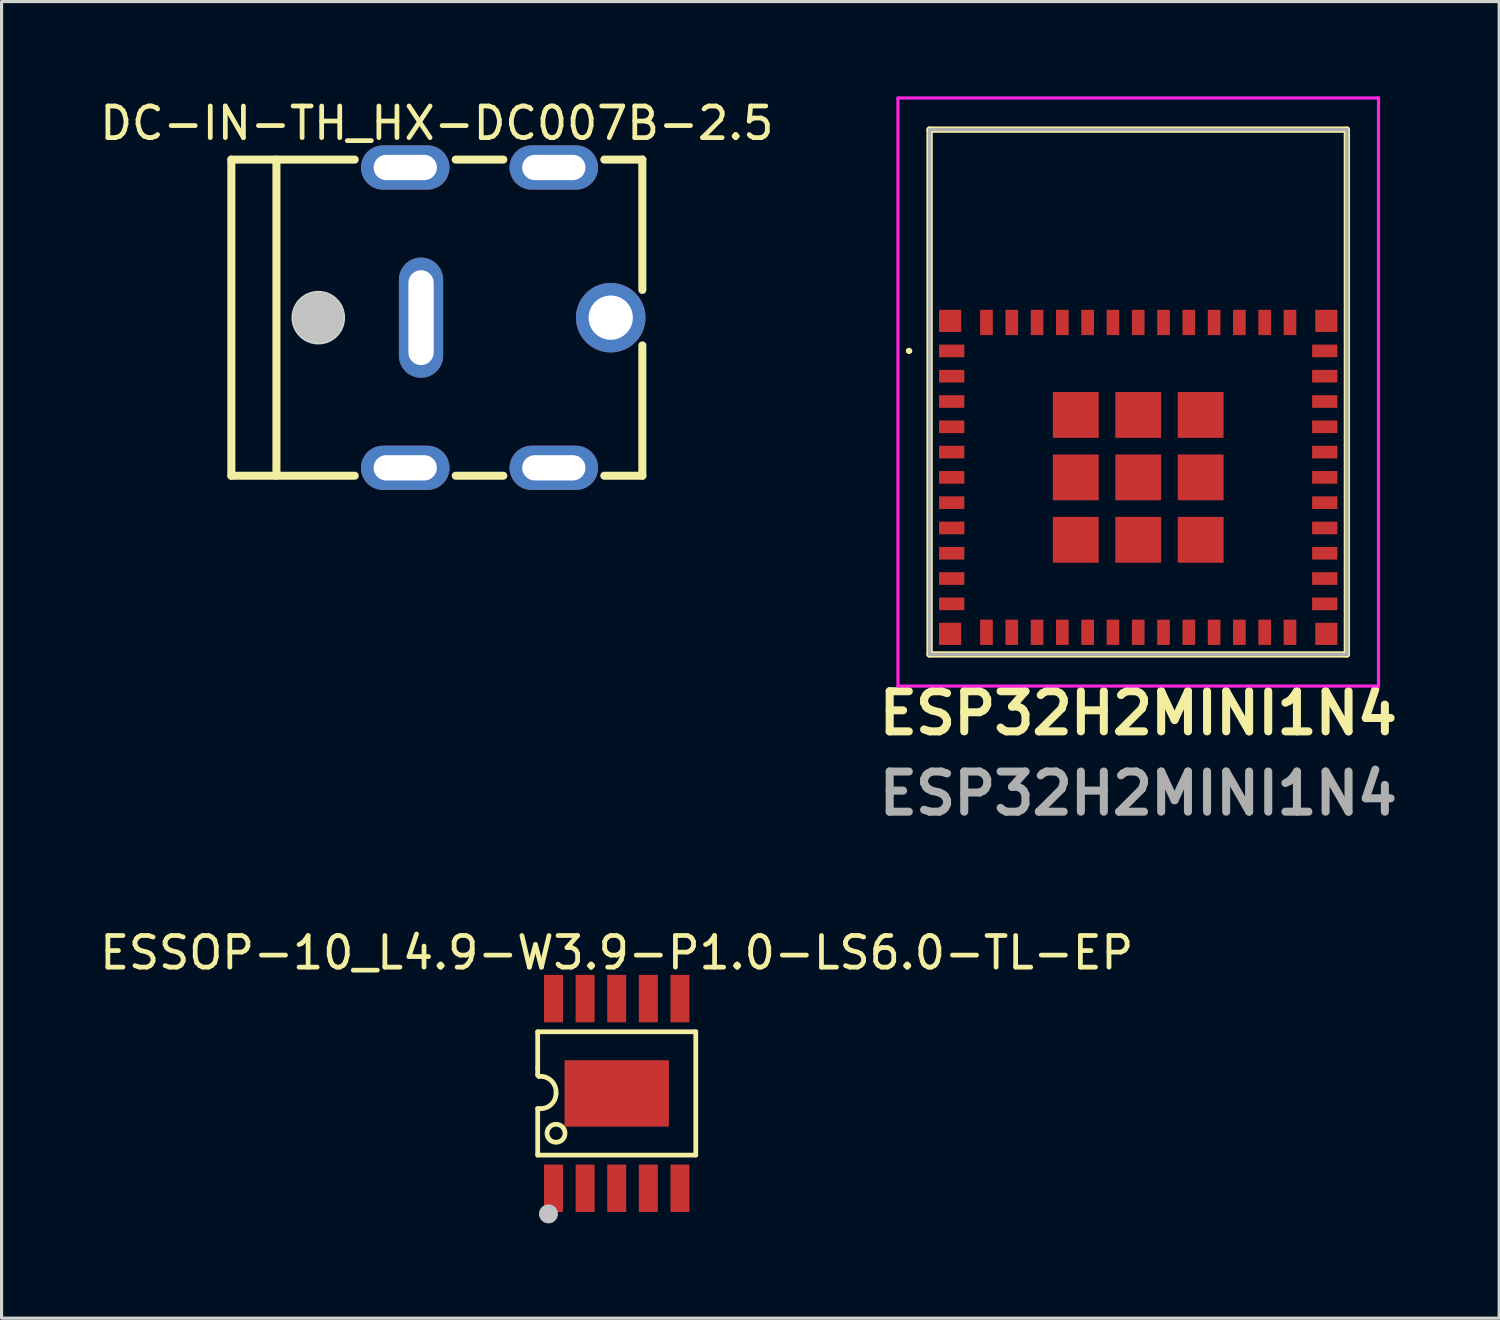
<source format=kicad_pcb>
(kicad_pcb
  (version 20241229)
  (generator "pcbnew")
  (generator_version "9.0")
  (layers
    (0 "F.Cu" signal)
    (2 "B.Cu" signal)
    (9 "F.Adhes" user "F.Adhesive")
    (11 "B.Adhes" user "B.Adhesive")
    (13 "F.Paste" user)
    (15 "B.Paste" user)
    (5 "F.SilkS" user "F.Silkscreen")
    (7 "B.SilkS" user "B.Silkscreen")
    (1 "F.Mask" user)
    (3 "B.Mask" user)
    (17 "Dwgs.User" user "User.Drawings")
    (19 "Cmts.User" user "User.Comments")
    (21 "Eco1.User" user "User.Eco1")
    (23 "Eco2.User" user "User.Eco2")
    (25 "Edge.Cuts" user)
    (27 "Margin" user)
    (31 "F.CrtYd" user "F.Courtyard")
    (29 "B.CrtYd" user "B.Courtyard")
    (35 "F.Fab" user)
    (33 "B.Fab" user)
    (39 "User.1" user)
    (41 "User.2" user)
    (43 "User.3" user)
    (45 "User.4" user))
  (footprint "DC-IN-TH_HX-DC007B-2.5"
    (layer "F.Cu")
    (at 13.018 6.998)
    (property "Reference" "DC-IN-TH_HX-DC007B-2.5" (at -2.25 -6.15 0) (layer "F.SilkS") (effects (font (size 1 1) (thickness 0.15))))
    (fp_line (start -8.75 -5) (end -8.75 5) (stroke (width 0.254) (type default)) (layer "F.SilkS"))
    (fp_line (start -8.75 -5) (end -4.847 -5) (stroke (width 0.254) (type default)) (layer "F.SilkS"))
    (fp_line (start -8.75 5) (end -4.847 5) (stroke (width 0.254) (type default)) (layer "F.SilkS"))
    (fp_line (start -7.324 -5) (end -7.324 5) (stroke (width 0.254) (type default)) (layer "F.SilkS"))
    (fp_line (start -1.653 -5) (end -0.147 -5) (stroke (width 0.254) (type default)) (layer "F.SilkS"))
    (fp_line (start -1.653 5) (end -0.147 5) (stroke (width 0.254) (type default)) (layer "F.SilkS"))
    (fp_line (start 3.047 -5) (end 4.25 -5) (stroke (width 0.254) (type default)) (layer "F.SilkS"))
    (fp_line (start 3.047 5) (end 4.25 5) (stroke (width 0.254) (type default)) (layer "F.SilkS"))
    (fp_line (start 4.25 -0.877) (end 4.25 -5) (stroke (width 0.254) (type default)) (layer "F.SilkS"))
    (fp_line (start 4.25 5) (end 4.25 0.877) (stroke (width 0.254) (type default)) (layer "F.SilkS"))
    (fp_circle (center -6 0) (end -5.6 0) (stroke (width 0.8) (type default)) (fill no) (layer "Dwgs.User"))
    (fp_poly (pts (xy -5.154 -0.083) (xy -5.187 -0.247) (xy -5.25 -0.401) (xy -5.343 -0.539) (xy -5.461 -0.657) (xy -5.599 -0.75) (xy -5.753 -0.813) (xy -5.917 -0.846) (xy -6.083 -0.846) (xy -6.247 -0.813) (xy -6.401 -0.75) (xy -6.539 -0.657) (xy -6.657 -0.539) (xy -6.75 -0.401) (xy -6.813 -0.247) (xy -6.846 -0.083) (xy -6.846 0.083) (xy -6.813 0.247) (xy -6.75 0.401) (xy -6.657 0.539) (xy -6.539 0.657) (xy -6.401 0.75) (xy -6.247 0.813) (xy -6.083 0.846) (xy -5.917 0.846) (xy -5.753 0.813) (xy -5.599 0.75) (xy -5.461 0.657) (xy -5.343 0.539) (xy -5.25 0.401) (xy -5.187 0.247) (xy -5.154 0.083)) (stroke (width 0) (type default)) (fill yes) (layer "Edge.Cuts"))
    (fp_poly (pts (xy -4.05 -4.6) (xy -4.05 -4.9) (xy -2.45 -4.9) (xy -2.45 -4.6)) (stroke (width 0.1) (type default)) (fill no) (layer "User.1"))
    (fp_poly (pts (xy -4.05 4.9) (xy -4.05 4.6) (xy -2.45 4.6) (xy -2.45 4.9)) (stroke (width 0.1) (type default)) (fill no) (layer "User.1"))
    (fp_poly (pts (xy -2.65 0.8) (xy -2.85 0.8) (xy -2.85 -0.8) (xy -2.65 -0.8)) (stroke (width 0.1) (type default)) (fill no) (layer "User.1"))
    (fp_poly (pts (xy 0.65 -4.6) (xy 0.65 -4.9) (xy 2.25 -4.9) (xy 2.25 -4.6)) (stroke (width 0.1) (type default)) (fill no) (layer "User.1"))
    (fp_poly (pts (xy 0.65 4.9) (xy 0.65 4.6) (xy 2.25 4.6) (xy 2.25 4.9)) (stroke (width 0.1) (type default)) (fill no) (layer "User.1"))
    (fp_poly (pts (xy 3.845 -0.078) (xy 3.804 -0.23) (xy 3.726 -0.365) (xy 3.615 -0.476) (xy 3.48 -0.554) (xy 3.328 -0.595) (xy 3.172 -0.595) (xy 3.02 -0.554) (xy 2.885 -0.476) (xy 2.774 -0.365) (xy 2.696 -0.23) (xy 2.655 -0.078) (xy 2.655 0.078) (xy 2.696 0.23) (xy 2.774 0.365) (xy 2.885 0.476) (xy 3.02 0.554) (xy 3.172 0.595) (xy 3.328 0.595) (xy 3.48 0.554) (xy 3.615 0.476) (xy 3.726 0.365) (xy 3.804 0.23) (xy 3.845 0.078)) (stroke (width 0.1) (type default)) (fill no) (layer "User.1"))
    (fp_line (start -8.75 -5) (end 4.25 -5) (stroke (width 0.051) (type default)) (layer "User.2"))
    (fp_line (start -8.75 5) (end -8.75 -5) (stroke (width 0.051) (type default)) (layer "User.2"))
    (fp_line (start 4.25 -5) (end 4.25 5) (stroke (width 0.051) (type default)) (layer "User.2"))
    (fp_line (start 4.25 5) (end -8.75 5) (stroke (width 0.051) (type default)) (layer "User.2"))
    (fp_poly (pts (xy 4.305 4.977) (xy 4.273 4.945) (xy 4.227 4.945) (xy 4.195 4.977) (xy 4.195 5.023) (xy 4.227 5.055) (xy 4.273 5.055) (xy 4.305 5.023)) (stroke (width 0.1) (type default)) (fill no) (layer "User.3"))
    (pad "1" thru_hole circle (at 3.25 0 90) (size 2.2 2.2) (drill 1.4) (layers "*.Cu" "*.Mask"))
    (pad "2" thru_hole oval (at -2.75 0 180) (size 1.4 3.8) (drill oval 0.8 3) (layers "*.Cu" "*.Mask"))
    (pad "3" thru_hole oval (at -3.25 -4.75 270) (size 1.4 2.8) (drill oval 0.8 2) (layers "*.Cu" "*.Mask"))
    (pad "3" thru_hole oval (at -3.25 4.75 270) (size 1.4 2.8) (drill oval 0.8 2) (layers "*.Cu" "*.Mask"))
    (pad "3" thru_hole oval (at 1.45 -4.75 270) (size 1.4 2.8) (drill oval 0.8 2) (layers "*.Cu" "*.Mask"))
    (pad "3" thru_hole oval (at 1.45 4.75 270) (size 1.4 2.8) (drill oval 0.8 2) (layers "*.Cu" "*.Mask")))
  (footprint "ESP32H2MINI1N4"
    (layer "F.Cu")
    (at 32.954 9.35)
    (property "Reference" "ESP32H2MINI1N4" (at 0 10.16 0) (layer "F.SilkS") (effects (font (size 1.27 1.27) (thickness 0.254))))
    (attr smd)
    (fp_line (start -7.3 -1.3) (end -7.3 -1.3) (stroke (width 0.1) (type solid)) (layer "F.SilkS"))
    (fp_line (start -7.2 -1.3) (end -7.2 -1.3) (stroke (width 0.1) (type solid)) (layer "F.SilkS"))
    (fp_line (start -6.6 -8.3) (end 6.6 -8.3) (stroke (width 0.2) (type solid)) (layer "F.SilkS"))
    (fp_line (start -6.6 8.3) (end -6.6 -8.3) (stroke (width 0.2) (type solid)) (layer "F.SilkS"))
    (fp_line (start 6.6 -8.3) (end 6.6 8.3) (stroke (width 0.2) (type solid)) (layer "F.SilkS"))
    (fp_line (start 6.6 8.3) (end -6.6 8.3) (stroke (width 0.2) (type solid)) (layer "F.SilkS"))
    (fp_arc (start -7.3 -1.3) (mid -7.25 -1.35) (end -7.2 -1.3) (stroke (width 0.1) (type solid)) (layer "F.SilkS"))
    (fp_arc (start -7.2 -1.3) (mid -7.25 -1.25) (end -7.3 -1.3) (stroke (width 0.1) (type solid)) (layer "F.SilkS"))
    (fp_line (start -7.6 -9.3) (end 7.6 -9.3) (stroke (width 0.1) (type solid)) (layer "F.CrtYd"))
    (fp_line (start -7.6 9.3) (end -7.6 -9.3) (stroke (width 0.1) (type solid)) (layer "F.CrtYd"))
    (fp_line (start 7.6 -9.3) (end 7.6 9.3) (stroke (width 0.1) (type solid)) (layer "F.CrtYd"))
    (fp_line (start 7.6 9.3) (end -7.6 9.3) (stroke (width 0.1) (type solid)) (layer "F.CrtYd"))
    (fp_line (start -6.6 -8.3) (end 6.6 -8.3) (stroke (width 0.1) (type solid)) (layer "F.Fab"))
    (fp_line (start -6.6 8.3) (end -6.6 -8.3) (stroke (width 0.1) (type solid)) (layer "F.Fab"))
    (fp_line (start 6.6 -8.3) (end 6.6 8.3) (stroke (width 0.1) (type solid)) (layer "F.Fab"))
    (fp_line (start 6.6 8.3) (end -6.6 8.3) (stroke (width 0.1) (type solid)) (layer "F.Fab"))
    (fp_text user "${REFERENCE}" (at 0 12.7 0) (layer "F.Fab") (effects (font (size 1.27 1.27) (thickness 0.254))))
    (pad "1" smd rect (at -5.9 -1.3 90) (size 0.4 0.8) (layers "F.Cu" "F.Mask" "F.Paste"))
    (pad "2" smd rect (at -5.9 -0.5 90) (size 0.4 0.8) (layers "F.Cu" "F.Mask" "F.Paste"))
    (pad "3" smd rect (at -5.9 0.3 90) (size 0.4 0.8) (layers "F.Cu" "F.Mask" "F.Paste"))
    (pad "4" smd rect (at -5.9 1.1 90) (size 0.4 0.8) (layers "F.Cu" "F.Mask" "F.Paste"))
    (pad "5" smd rect (at -5.9 1.9 90) (size 0.4 0.8) (layers "F.Cu" "F.Mask" "F.Paste"))
    (pad "6" smd rect (at -5.9 2.7 90) (size 0.4 0.8) (layers "F.Cu" "F.Mask" "F.Paste"))
    (pad "7" smd rect (at -5.9 3.5 90) (size 0.4 0.8) (layers "F.Cu" "F.Mask" "F.Paste"))
    (pad "8" smd rect (at -5.9 4.3 90) (size 0.4 0.8) (layers "F.Cu" "F.Mask" "F.Paste"))
    (pad "9" smd rect (at -5.9 5.1 90) (size 0.4 0.8) (layers "F.Cu" "F.Mask" "F.Paste"))
    (pad "10" smd rect (at -5.9 5.9 90) (size 0.4 0.8) (layers "F.Cu" "F.Mask" "F.Paste"))
    (pad "11" smd rect (at -5.9 6.7 90) (size 0.4 0.8) (layers "F.Cu" "F.Mask" "F.Paste"))
    (pad "12" smd rect (at -4.8 7.6) (size 0.4 0.8) (layers "F.Cu" "F.Mask" "F.Paste"))
    (pad "13" smd rect (at -4 7.6) (size 0.4 0.8) (layers "F.Cu" "F.Mask" "F.Paste"))
    (pad "14" smd rect (at -3.2 7.6) (size 0.4 0.8) (layers "F.Cu" "F.Mask" "F.Paste"))
    (pad "15" smd rect (at -2.4 7.6) (size 0.4 0.8) (layers "F.Cu" "F.Mask" "F.Paste"))
    (pad "16" smd rect (at -1.6 7.6) (size 0.4 0.8) (layers "F.Cu" "F.Mask" "F.Paste"))
    (pad "17" smd rect (at -0.8 7.6) (size 0.4 0.8) (layers "F.Cu" "F.Mask" "F.Paste"))
    (pad "18" smd rect (at 0 7.6) (size 0.4 0.8) (layers "F.Cu" "F.Mask" "F.Paste"))
    (pad "19" smd rect (at 0.8 7.6) (size 0.4 0.8) (layers "F.Cu" "F.Mask" "F.Paste"))
    (pad "20" smd rect (at 1.6 7.6) (size 0.4 0.8) (layers "F.Cu" "F.Mask" "F.Paste"))
    (pad "21" smd rect (at 2.4 7.6) (size 0.4 0.8) (layers "F.Cu" "F.Mask" "F.Paste"))
    (pad "22" smd rect (at 3.2 7.6) (size 0.4 0.8) (layers "F.Cu" "F.Mask" "F.Paste"))
    (pad "23" smd rect (at 4 7.6) (size 0.4 0.8) (layers "F.Cu" "F.Mask" "F.Paste"))
    (pad "24" smd rect (at 4.8 7.6) (size 0.4 0.8) (layers "F.Cu" "F.Mask" "F.Paste"))
    (pad "25" smd rect (at 5.9 6.7 90) (size 0.4 0.8) (layers "F.Cu" "F.Mask" "F.Paste"))
    (pad "26" smd rect (at 5.9 5.9 90) (size 0.4 0.8) (layers "F.Cu" "F.Mask" "F.Paste"))
    (pad "27" smd rect (at 5.9 5.1 90) (size 0.4 0.8) (layers "F.Cu" "F.Mask" "F.Paste"))
    (pad "28" smd rect (at 5.9 4.3 90) (size 0.4 0.8) (layers "F.Cu" "F.Mask" "F.Paste"))
    (pad "29" smd rect (at 5.9 3.5 90) (size 0.4 0.8) (layers "F.Cu" "F.Mask" "F.Paste"))
    (pad "30" smd rect (at 5.9 2.7 90) (size 0.4 0.8) (layers "F.Cu" "F.Mask" "F.Paste"))
    (pad "31" smd rect (at 5.9 1.9 90) (size 0.4 0.8) (layers "F.Cu" "F.Mask" "F.Paste"))
    (pad "32" smd rect (at 5.9 1.1 90) (size 0.4 0.8) (layers "F.Cu" "F.Mask" "F.Paste"))
    (pad "33" smd rect (at 5.9 0.3 90) (size 0.4 0.8) (layers "F.Cu" "F.Mask" "F.Paste"))
    (pad "34" smd rect (at 5.9 -0.5 90) (size 0.4 0.8) (layers "F.Cu" "F.Mask" "F.Paste"))
    (pad "35" smd rect (at 5.9 -1.3 90) (size 0.4 0.8) (layers "F.Cu" "F.Mask" "F.Paste"))
    (pad "36" smd rect (at 4.8 -2.2) (size 0.4 0.8) (layers "F.Cu" "F.Mask" "F.Paste"))
    (pad "37" smd rect (at 4 -2.2) (size 0.4 0.8) (layers "F.Cu" "F.Mask" "F.Paste"))
    (pad "38" smd rect (at 3.2 -2.2) (size 0.4 0.8) (layers "F.Cu" "F.Mask" "F.Paste"))
    (pad "39" smd rect (at 2.4 -2.2) (size 0.4 0.8) (layers "F.Cu" "F.Mask" "F.Paste"))
    (pad "40" smd rect (at 1.6 -2.2) (size 0.4 0.8) (layers "F.Cu" "F.Mask" "F.Paste"))
    (pad "41" smd rect (at 0.8 -2.2) (size 0.4 0.8) (layers "F.Cu" "F.Mask" "F.Paste"))
    (pad "42" smd rect (at 0 -2.2) (size 0.4 0.8) (layers "F.Cu" "F.Mask" "F.Paste"))
    (pad "43" smd rect (at -0.8 -2.2) (size 0.4 0.8) (layers "F.Cu" "F.Mask" "F.Paste"))
    (pad "44" smd rect (at -1.6 -2.2) (size 0.4 0.8) (layers "F.Cu" "F.Mask" "F.Paste"))
    (pad "45" smd rect (at -2.4 -2.2) (size 0.4 0.8) (layers "F.Cu" "F.Mask" "F.Paste"))
    (pad "46" smd rect (at -3.2 -2.2) (size 0.4 0.8) (layers "F.Cu" "F.Mask" "F.Paste"))
    (pad "47" smd rect (at -4 -2.2) (size 0.4 0.8) (layers "F.Cu" "F.Mask" "F.Paste"))
    (pad "48" smd rect (at -4.8 -2.2) (size 0.4 0.8) (layers "F.Cu" "F.Mask" "F.Paste"))
    (pad "49" smd rect (at 0 2.7 90) (size 1.45 1.45) (layers "F.Cu" "F.Mask" "F.Paste"))
    (pad "50" smd rect (at 5.95 -2.25 90) (size 0.7 0.7) (layers "F.Cu" "F.Mask" "F.Paste"))
    (pad "51" smd rect (at 5.95 7.65 90) (size 0.7 0.7) (layers "F.Cu" "F.Mask" "F.Paste"))
    (pad "52" smd rect (at -5.95 7.65 90) (size 0.7 0.7) (layers "F.Cu" "F.Mask" "F.Paste"))
    (pad "53" smd rect (at -5.95 -2.25 90) (size 0.7 0.7) (layers "F.Cu" "F.Mask" "F.Paste"))
    (pad "54" smd rect (at -1.975 2.7 90) (size 1.45 1.45) (layers "F.Cu" "F.Mask" "F.Paste"))
    (pad "55" smd rect (at -1.975 4.675 90) (size 1.45 1.45) (layers "F.Cu" "F.Mask" "F.Paste"))
    (pad "56" smd rect (at 0 4.675 90) (size 1.45 1.45) (layers "F.Cu" "F.Mask" "F.Paste"))
    (pad "57" smd rect (at 1.975 4.675 90) (size 1.45 1.45) (layers "F.Cu" "F.Mask" "F.Paste"))
    (pad "58" smd rect (at 1.975 2.7 90) (size 1.45 1.45) (layers "F.Cu" "F.Mask" "F.Paste"))
    (pad "59" smd rect (at 1.975 0.725 90) (size 1.45 1.45) (layers "F.Cu" "F.Mask" "F.Paste"))
    (pad "60" smd rect (at 0 0.725 90) (size 1.45 1.45) (layers "F.Cu" "F.Mask" "F.Paste"))
    (pad "61" smd rect (at -1.975 0.725 90) (size 1.45 1.45) (layers "F.Cu" "F.Mask" "F.Paste")))
  (footprint "ESSOP-10_L4.9-W3.9-P1.0-LS6.0-TL-EP"
    (layer "F.Cu")
    (at 16.458 31.537)
    (property "Reference" "ESSOP-10_L4.9-W3.9-P1.0-LS6.0-TL-EP" (at 0 -4.45 0) (layer "F.SilkS") (effects (font (size 1 1) (thickness 0.15))))
    (fp_line (start -2.5 -1.95) (end 2.5 -1.95) (stroke (width 0.15) (type default)) (layer "F.SilkS"))
    (fp_line (start -2.5 -0.82) (end -2.5 -1.95) (stroke (width 0.15) (type default)) (layer "F.SilkS"))
    (fp_line (start -2.5 -0.58) (end -2.5 -0.82) (stroke (width 0.15) (type default)) (layer "F.SilkS"))
    (fp_line (start -2.5 0.48) (end -2.4 0.48) (stroke (width 0.15) (type default)) (layer "F.SilkS"))
    (fp_line (start -2.5 1.95) (end -2.5 0.48) (stroke (width 0.15) (type default)) (layer "F.SilkS"))
    (fp_line (start -2.5 1.95) (end 2.5 1.95) (stroke (width 0.15) (type default)) (layer "F.SilkS"))
    (fp_line (start -2.46 -0.54) (end -2.5 -0.58) (stroke (width 0.15) (type default)) (layer "F.SilkS"))
    (fp_line (start 2.5 1.95) (end 2.5 -1.95) (stroke (width 0.15) (type default)) (layer "F.SilkS"))
    (fp_arc (start -2.46 -0.54) (mid -2.063898 -0.396102) (end -1.92 0) (stroke (width 0.15) (type default)) (layer "F.SilkS"))
    (fp_arc (start -1.92 0) (mid -2.060589 0.339411) (end -2.4 0.48) (stroke (width 0.15) (type default)) (layer "F.SilkS"))
    (fp_circle (center -1.92 1.26) (end -1.635 1.26) (stroke (width 0.15) (type default)) (fill no) (layer "F.SilkS"))
    (fp_circle (center -2.159 3.81) (end -2.009 3.81) (stroke (width 0.3) (type default)) (fill no) (layer "Dwgs.User"))
    (fp_poly (pts (xy -2.2 -2.38) (xy -2.2 -3) (xy -1.8 -3) (xy -1.8 -2.38)) (stroke (width 0.1) (type default)) (fill no) (layer "User.1"))
    (fp_poly (pts (xy -2.2 -1.94) (xy -2.2 -2.39) (xy -1.8 -2.39) (xy -1.8 -1.94)) (stroke (width 0.1) (type default)) (fill no) (layer "User.1"))
    (fp_poly (pts (xy -2.2 2.39) (xy -2.2 1.94) (xy -1.8 1.94) (xy -1.8 2.39)) (stroke (width 0.1) (type default)) (fill no) (layer "User.1"))
    (fp_poly (pts (xy -2.2 3) (xy -2.2 2.38) (xy -1.8 2.38) (xy -1.8 3)) (stroke (width 0.1) (type default)) (fill no) (layer "User.1"))
    (fp_poly (pts (xy -1.2 -2.38) (xy -1.2 -3) (xy -0.8 -3) (xy -0.8 -2.38)) (stroke (width 0.1) (type default)) (fill no) (layer "User.1"))
    (fp_poly (pts (xy -1.2 -1.94) (xy -1.2 -2.39) (xy -0.8 -2.39) (xy -0.8 -1.94)) (stroke (width 0.1) (type default)) (fill no) (layer "User.1"))
    (fp_poly (pts (xy -1.2 2.39) (xy -1.2 1.94) (xy -0.8 1.94) (xy -0.8 2.39)) (stroke (width 0.1) (type default)) (fill no) (layer "User.1"))
    (fp_poly (pts (xy -1.2 3) (xy -1.2 2.38) (xy -0.8 2.38) (xy -0.8 3)) (stroke (width 0.1) (type default)) (fill no) (layer "User.1"))
    (fp_poly (pts (xy -0.2 -2.38) (xy -0.2 -3) (xy 0.2 -3) (xy 0.2 -2.38)) (stroke (width 0.1) (type default)) (fill no) (layer "User.1"))
    (fp_poly (pts (xy -0.2 -1.94) (xy -0.2 -2.39) (xy 0.2 -2.39) (xy 0.2 -1.94)) (stroke (width 0.1) (type default)) (fill no) (layer "User.1"))
    (fp_poly (pts (xy -0.2 2.39) (xy -0.2 1.94) (xy 0.2 1.94) (xy 0.2 2.39)) (stroke (width 0.1) (type default)) (fill no) (layer "User.1"))
    (fp_poly (pts (xy -0.2 3) (xy -0.2 2.38) (xy 0.2 2.38) (xy 0.2 3)) (stroke (width 0.1) (type default)) (fill no) (layer "User.1"))
    (fp_poly (pts (xy 0.8 -2.38) (xy 0.8 -3) (xy 1.2 -3) (xy 1.2 -2.38)) (stroke (width 0.1) (type default)) (fill no) (layer "User.1"))
    (fp_poly (pts (xy 0.8 -1.94) (xy 0.8 -2.39) (xy 1.2 -2.39) (xy 1.2 -1.94)) (stroke (width 0.1) (type default)) (fill no) (layer "User.1"))
    (fp_poly (pts (xy 0.8 2.39) (xy 0.8 1.94) (xy 1.2 1.94) (xy 1.2 2.39)) (stroke (width 0.1) (type default)) (fill no) (layer "User.1"))
    (fp_poly (pts (xy 0.8 3) (xy 0.8 2.38) (xy 1.2 2.38) (xy 1.2 3)) (stroke (width 0.1) (type default)) (fill no) (layer "User.1"))
    (fp_poly (pts (xy 1.65 1.05) (xy -1.65 1.05) (xy -1.65 -1.05) (xy 1.65 -1.05)) (stroke (width 0.1) (type default)) (fill no) (layer "User.1"))
    (fp_poly (pts (xy 1.8 -2.38) (xy 1.8 -3) (xy 2.2 -3) (xy 2.2 -2.38)) (stroke (width 0.1) (type default)) (fill no) (layer "User.1"))
    (fp_poly (pts (xy 1.8 -1.94) (xy 1.8 -2.39) (xy 2.2 -2.39) (xy 2.2 -1.94)) (stroke (width 0.1) (type default)) (fill no) (layer "User.1"))
    (fp_poly (pts (xy 1.8 2.39) (xy 1.8 1.94) (xy 2.2 1.94) (xy 2.2 2.39)) (stroke (width 0.1) (type default)) (fill no) (layer "User.1"))
    (fp_poly (pts (xy 1.8 3) (xy 1.8 2.38) (xy 2.2 2.38) (xy 2.2 3)) (stroke (width 0.1) (type default)) (fill no) (layer "User.1"))
    (fp_line (start -2.45 -1.95) (end 2.45 -1.95) (stroke (width 0.051) (type default)) (layer "User.2"))
    (fp_line (start -2.45 1.95) (end -2.45 -1.95) (stroke (width 0.051) (type default)) (layer "User.2"))
    (fp_line (start 2.45 -1.95) (end 2.45 1.95) (stroke (width 0.051) (type default)) (layer "User.2"))
    (fp_line (start 2.45 1.95) (end -2.45 1.95) (stroke (width 0.051) (type default)) (layer "User.2"))
    (fp_poly (pts (xy -2.395 2.977) (xy -2.427 2.945) (xy -2.473 2.945) (xy -2.505 2.977) (xy -2.505 3.023) (xy -2.473 3.055) (xy -2.427 3.055) (xy -2.395 3.023)) (stroke (width 0.1) (type default)) (fill no) (layer "User.3"))
    (pad "1" smd rect (at -2 3 90) (size 1.5 0.6) (layers "F.Cu" "F.Mask" "F.Paste"))
    (pad "2" smd rect (at -1 3 90) (size 1.5 0.6) (layers "F.Cu" "F.Mask" "F.Paste"))
    (pad "3" smd rect (at 0 3 90) (size 1.5 0.6) (layers "F.Cu" "F.Mask" "F.Paste"))
    (pad "4" smd rect (at 1 3 90) (size 1.5 0.6) (layers "F.Cu" "F.Mask" "F.Paste"))
    (pad "5" smd rect (at 2 3 90) (size 1.5 0.6) (layers "F.Cu" "F.Mask" "F.Paste"))
    (pad "6" smd rect (at 2 -3 90) (size 1.5 0.6) (layers "F.Cu" "F.Mask" "F.Paste"))
    (pad "7" smd rect (at 1 -3 90) (size 1.5 0.6) (layers "F.Cu" "F.Mask" "F.Paste"))
    (pad "8" smd rect (at 0 -3 90) (size 1.5 0.6) (layers "F.Cu" "F.Mask" "F.Paste"))
    (pad "9" smd rect (at -1 -3 90) (size 1.5 0.6) (layers "F.Cu" "F.Mask" "F.Paste"))
    (pad "10" smd rect (at -2 -3 90) (size 1.5 0.6) (layers "F.Cu" "F.Mask" "F.Paste"))
    (pad "11" smd rect (at 0 0 180) (size 3.3 2.1) (layers "F.Cu" "F.Mask" "F.Paste")))
  (gr_rect
    (start -3 -3)
    (end 44.372 38.647)
    (stroke (width 0.1) (type default))
    (fill no)
    (layer "Edge.Cuts")))
</source>
